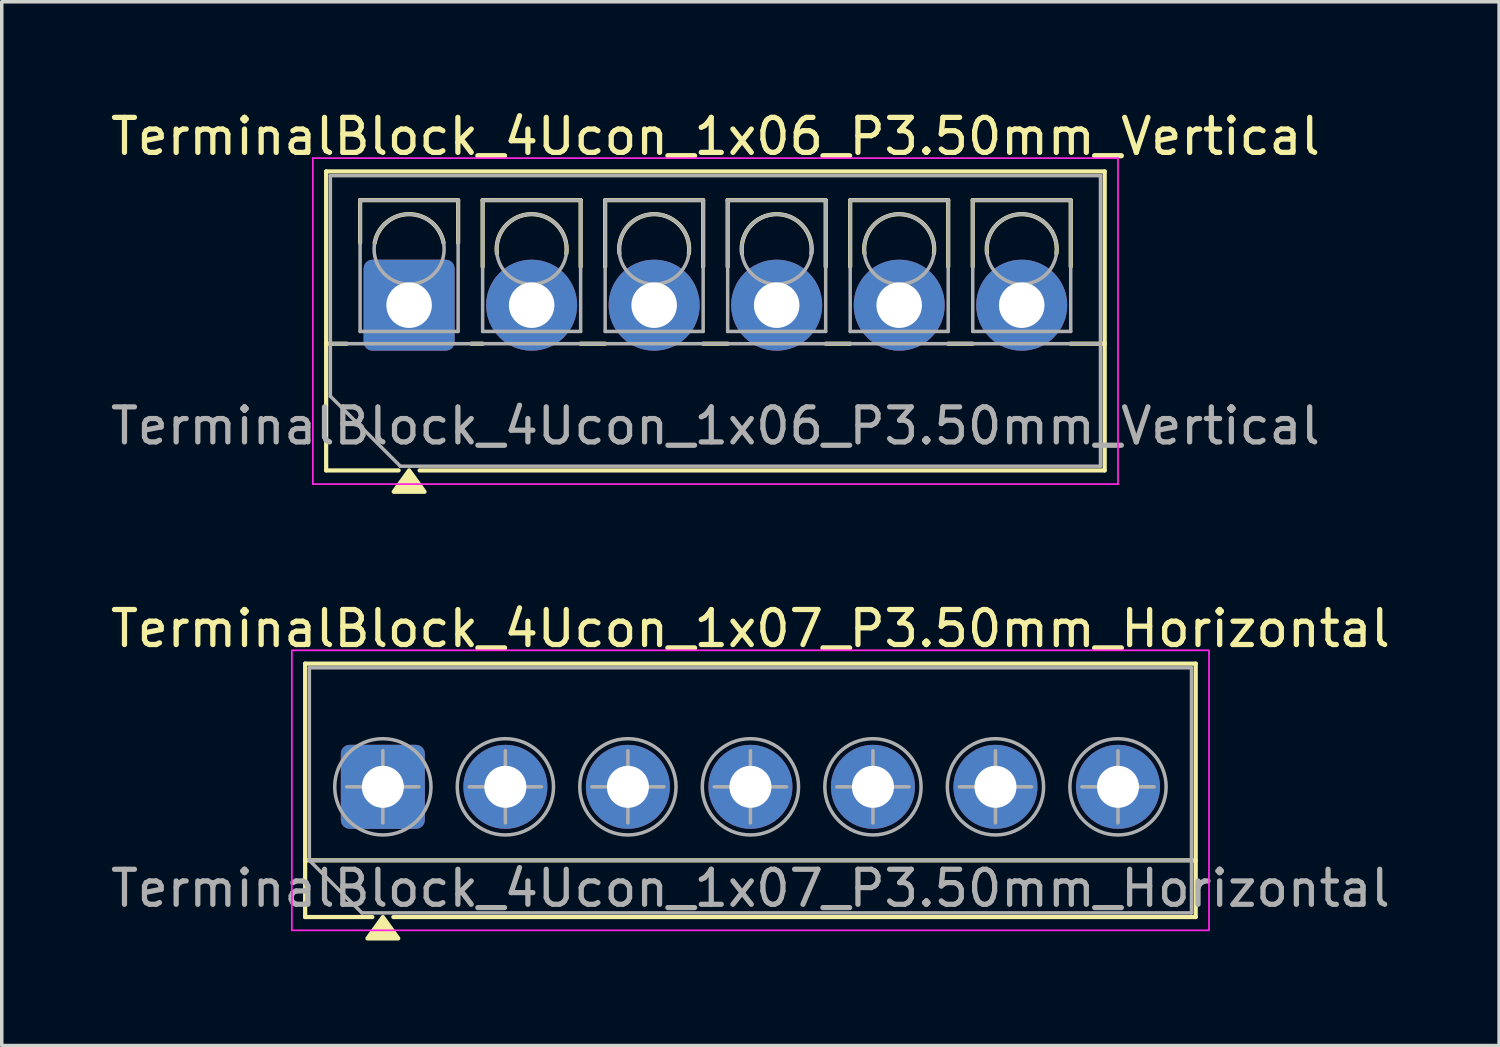
<source format=kicad_pcb>
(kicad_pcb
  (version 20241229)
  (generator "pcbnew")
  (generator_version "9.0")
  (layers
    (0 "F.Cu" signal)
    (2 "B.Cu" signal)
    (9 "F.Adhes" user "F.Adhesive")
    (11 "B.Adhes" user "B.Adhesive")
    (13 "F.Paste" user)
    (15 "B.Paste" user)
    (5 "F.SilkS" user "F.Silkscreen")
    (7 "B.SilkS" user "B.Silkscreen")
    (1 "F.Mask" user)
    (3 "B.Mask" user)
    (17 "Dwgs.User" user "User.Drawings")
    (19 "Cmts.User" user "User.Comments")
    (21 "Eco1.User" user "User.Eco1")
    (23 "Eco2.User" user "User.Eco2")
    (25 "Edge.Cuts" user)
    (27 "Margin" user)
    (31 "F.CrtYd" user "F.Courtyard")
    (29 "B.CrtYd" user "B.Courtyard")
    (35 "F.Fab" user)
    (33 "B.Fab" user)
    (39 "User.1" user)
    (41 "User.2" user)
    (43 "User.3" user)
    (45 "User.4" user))
  (footprint "TerminalBlock_4Ucon_1x07_P3.50mm_Horizontal"
    (layer "F.Cu")
    (at 7.887 19.427)
    (property "Reference" "TerminalBlock_4Ucon_1x07_P3.50mm_Horizontal" (at 10.5 -4.52 0) (layer "F.SilkS") (effects (font (size 1 1) (thickness 0.15))))
    (attr through_hole)
    (fp_line (start -2.22 -3.52) (end 23.22 -3.52) (stroke (width 0.12) (type solid)) (layer "F.SilkS"))
    (fp_line (start -2.22 2.1) (end 23.22 2.1) (stroke (width 0.12) (type solid)) (layer "F.SilkS"))
    (fp_line (start -2.22 3.72) (end -2.22 -3.52) (stroke (width 0.12) (type solid)) (layer "F.SilkS"))
    (fp_line (start -0.3 3.72) (end -2.22 3.72) (stroke (width 0.12) (type solid)) (layer "F.SilkS"))
    (fp_line (start 23.22 -3.52) (end 23.22 3.72) (stroke (width 0.12) (type solid)) (layer "F.SilkS"))
    (fp_line (start 23.22 3.72) (end 0.3 3.72) (stroke (width 0.12) (type solid)) (layer "F.SilkS"))
    (fp_poly (pts (xy 0 3.72) (xy 0.44 4.33) (xy -0.44 4.33)) (stroke (width 0.12) (type solid)) (fill yes) (layer "F.SilkS"))
    (fp_rect (start -2.6 -3.9) (end 23.6 4.1) (stroke (width 0.05) (type solid)) (fill no) (layer "F.CrtYd"))
    (fp_line (start -2.1 -3.4) (end 23.1 -3.4) (stroke (width 0.1) (type solid)) (layer "F.Fab"))
    (fp_line (start -2.1 2.1) (end -2.1 -3.4) (stroke (width 0.1) (type solid)) (layer "F.Fab"))
    (fp_line (start -2.1 2.1) (end 23.1 2.1) (stroke (width 0.1) (type solid)) (layer "F.Fab"))
    (fp_line (start -1.031 0) (end 1.031 0) (stroke (width 0.1) (type solid)) (layer "F.Fab"))
    (fp_line (start -0.6 3.6) (end -2.1 2.1) (stroke (width 0.1) (type solid)) (layer "F.Fab"))
    (fp_line (start 0 -1.031) (end 0 1.031) (stroke (width 0.1) (type solid)) (layer "F.Fab"))
    (fp_line (start 2.469 0) (end 4.531 0) (stroke (width 0.1) (type solid)) (layer "F.Fab"))
    (fp_line (start 3.5 -1.031) (end 3.5 1.031) (stroke (width 0.1) (type solid)) (layer "F.Fab"))
    (fp_line (start 5.969 0) (end 8.031 0) (stroke (width 0.1) (type solid)) (layer "F.Fab"))
    (fp_line (start 7 -1.031) (end 7 1.031) (stroke (width 0.1) (type solid)) (layer "F.Fab"))
    (fp_line (start 9.469 0) (end 11.531 0) (stroke (width 0.1) (type solid)) (layer "F.Fab"))
    (fp_line (start 10.5 -1.031) (end 10.5 1.031) (stroke (width 0.1) (type solid)) (layer "F.Fab"))
    (fp_line (start 12.969 0) (end 15.031 0) (stroke (width 0.1) (type solid)) (layer "F.Fab"))
    (fp_line (start 14 -1.031) (end 14 1.031) (stroke (width 0.1) (type solid)) (layer "F.Fab"))
    (fp_line (start 16.469 0) (end 18.531 0) (stroke (width 0.1) (type solid)) (layer "F.Fab"))
    (fp_line (start 17.5 -1.031) (end 17.5 1.031) (stroke (width 0.1) (type solid)) (layer "F.Fab"))
    (fp_line (start 19.969 0) (end 22.031 0) (stroke (width 0.1) (type solid)) (layer "F.Fab"))
    (fp_line (start 21 -1.031) (end 21 1.031) (stroke (width 0.1) (type solid)) (layer "F.Fab"))
    (fp_line (start 23.1 -3.4) (end 23.1 3.6) (stroke (width 0.1) (type solid)) (layer "F.Fab"))
    (fp_line (start 23.1 3.6) (end -0.6 3.6) (stroke (width 0.1) (type solid)) (layer "F.Fab"))
    (fp_circle (center 0 0) (end 1.375 0) (stroke (width 0.1) (type solid)) (fill no) (layer "F.Fab"))
    (fp_circle (center 3.5 0) (end 4.875 0) (stroke (width 0.1) (type solid)) (fill no) (layer "F.Fab"))
    (fp_circle (center 7 0) (end 8.375 0) (stroke (width 0.1) (type solid)) (fill no) (layer "F.Fab"))
    (fp_circle (center 10.5 0) (end 11.875 0) (stroke (width 0.1) (type solid)) (fill no) (layer "F.Fab"))
    (fp_circle (center 14 0) (end 15.375 0) (stroke (width 0.1) (type solid)) (fill no) (layer "F.Fab"))
    (fp_circle (center 17.5 0) (end 18.875 0) (stroke (width 0.1) (type solid)) (fill no) (layer "F.Fab"))
    (fp_circle (center 21 0) (end 22.375 0) (stroke (width 0.1) (type solid)) (fill no) (layer "F.Fab"))
    (fp_text user "${REFERENCE}" (at 10.5 2.9 0) (layer "F.Fab") (effects (font (size 1 1) (thickness 0.15))))
    (pad "1" thru_hole roundrect (at 0 0) (size 2.4 2.4) (drill 1.2) (layers "*.Cu" "*.Mask") (roundrect_rratio 0.104))
    (pad "2" thru_hole circle (at 3.5 0) (size 2.4 2.4) (drill 1.2) (layers "*.Cu" "*.Mask"))
    (pad "3" thru_hole circle (at 7 0) (size 2.4 2.4) (drill 1.2) (layers "*.Cu" "*.Mask"))
    (pad "4" thru_hole circle (at 10.5 0) (size 2.4 2.4) (drill 1.2) (layers "*.Cu" "*.Mask"))
    (pad "5" thru_hole circle (at 14 0) (size 2.4 2.4) (drill 1.2) (layers "*.Cu" "*.Mask"))
    (pad "6" thru_hole circle (at 17.5 0) (size 2.4 2.4) (drill 1.2) (layers "*.Cu" "*.Mask"))
    (pad "7" thru_hole circle (at 21 0) (size 2.4 2.4) (drill 1.2) (layers "*.Cu" "*.Mask")))
  (footprint "TerminalBlock_4Ucon_1x06_P3.50mm_Vertical"
    (layer "F.Cu")
    (at 8.637 5.668)
    (property "Reference" "TerminalBlock_4Ucon_1x06_P3.50mm_Vertical" (at 8.75 -4.82 0) (layer "F.SilkS") (effects (font (size 1 1) (thickness 0.15))))
    (attr through_hole)
    (fp_line (start -2.37 -3.82) (end -2.37 4.72) (stroke (width 0.12) (type solid)) (layer "F.SilkS"))
    (fp_line (start -2.37 -3.82) (end 19.87 -3.82) (stroke (width 0.12) (type solid)) (layer "F.SilkS"))
    (fp_line (start -2.37 1.1) (end -1.78 1.1) (stroke (width 0.12) (type solid)) (layer "F.SilkS"))
    (fp_line (start -2.37 4.72) (end -0.3 4.72) (stroke (width 0.12) (type solid)) (layer "F.SilkS"))
    (fp_line (start -1.4 -3) (end -1.4 -1.78) (stroke (width 0.12) (type solid)) (layer "F.SilkS"))
    (fp_line (start -1.4 -3) (end 1.4 -3) (stroke (width 0.12) (type solid)) (layer "F.SilkS"))
    (fp_line (start 0.3 4.72) (end 19.87 4.72) (stroke (width 0.12) (type solid)) (layer "F.SilkS"))
    (fp_line (start 1.4 -3) (end 1.4 -1.78) (stroke (width 0.12) (type solid)) (layer "F.SilkS"))
    (fp_line (start 1.78 1.1) (end 2.101 1.1) (stroke (width 0.12) (type solid)) (layer "F.SilkS"))
    (fp_line (start 2.1 -3) (end 2.1 -1.099) (stroke (width 0.12) (type solid)) (layer "F.SilkS"))
    (fp_line (start 2.1 -3) (end 4.9 -3) (stroke (width 0.12) (type solid)) (layer "F.SilkS"))
    (fp_line (start 4.899 1.1) (end 5.601 1.1) (stroke (width 0.12) (type solid)) (layer "F.SilkS"))
    (fp_line (start 4.9 -3) (end 4.9 -1.099) (stroke (width 0.12) (type solid)) (layer "F.SilkS"))
    (fp_line (start 5.6 -3) (end 5.6 -1.099) (stroke (width 0.12) (type solid)) (layer "F.SilkS"))
    (fp_line (start 5.6 -3) (end 8.4 -3) (stroke (width 0.12) (type solid)) (layer "F.SilkS"))
    (fp_line (start 8.399 1.1) (end 9.101 1.1) (stroke (width 0.12) (type solid)) (layer "F.SilkS"))
    (fp_line (start 8.4 -3) (end 8.4 -1.099) (stroke (width 0.12) (type solid)) (layer "F.SilkS"))
    (fp_line (start 9.1 -3) (end 9.1 -1.099) (stroke (width 0.12) (type solid)) (layer "F.SilkS"))
    (fp_line (start 9.1 -3) (end 11.9 -3) (stroke (width 0.12) (type solid)) (layer "F.SilkS"))
    (fp_line (start 11.899 1.1) (end 12.601 1.1) (stroke (width 0.12) (type solid)) (layer "F.SilkS"))
    (fp_line (start 11.9 -3) (end 11.9 -1.099) (stroke (width 0.12) (type solid)) (layer "F.SilkS"))
    (fp_line (start 12.6 -3) (end 12.6 -1.099) (stroke (width 0.12) (type solid)) (layer "F.SilkS"))
    (fp_line (start 12.6 -3) (end 15.4 -3) (stroke (width 0.12) (type solid)) (layer "F.SilkS"))
    (fp_line (start 15.399 1.1) (end 16.101 1.1) (stroke (width 0.12) (type solid)) (layer "F.SilkS"))
    (fp_line (start 15.4 -3) (end 15.4 -1.099) (stroke (width 0.12) (type solid)) (layer "F.SilkS"))
    (fp_line (start 16.1 -3) (end 16.1 -1.099) (stroke (width 0.12) (type solid)) (layer "F.SilkS"))
    (fp_line (start 16.1 -3) (end 18.9 -3) (stroke (width 0.12) (type solid)) (layer "F.SilkS"))
    (fp_line (start 18.899 1.1) (end 19.87 1.1) (stroke (width 0.12) (type solid)) (layer "F.SilkS"))
    (fp_line (start 18.9 -3) (end 18.9 -1.099) (stroke (width 0.12) (type solid)) (layer "F.SilkS"))
    (fp_line (start 19.87 -3.82) (end 19.87 4.72) (stroke (width 0.12) (type solid)) (layer "F.SilkS"))
    (fp_arc (start -0.984 -1.78) (mid -0.00006 -2.600328) (end 0.983978 -1.780118) (stroke (width 0.12) (type solid)) (layer "F.SilkS"))
    (fp_arc (start 2.508 -1.478) (mid 3.500313 -2.599474) (end 4.491923 -1.477379) (stroke (width 0.12) (type solid)) (layer "F.SilkS"))
    (fp_arc (start 6.008 -1.478) (mid 7.000313 -2.599474) (end 7.991923 -1.477379) (stroke (width 0.12) (type solid)) (layer "F.SilkS"))
    (fp_arc (start 9.508 -1.478) (mid 10.500313 -2.599474) (end 11.491923 -1.477379) (stroke (width 0.12) (type solid)) (layer "F.SilkS"))
    (fp_arc (start 13.008 -1.478) (mid 14.000313 -2.599474) (end 14.991923 -1.477379) (stroke (width 0.12) (type solid)) (layer "F.SilkS"))
    (fp_arc (start 16.508 -1.478) (mid 17.500313 -2.599474) (end 18.491923 -1.477379) (stroke (width 0.12) (type solid)) (layer "F.SilkS"))
    (fp_poly (pts (xy 0 4.72) (xy 0.44 5.33) (xy -0.44 5.33)) (stroke (width 0.12) (type solid)) (fill yes) (layer "F.SilkS"))
    (fp_line (start -2.75 -4.2) (end -2.75 5.11) (stroke (width 0.05) (type solid)) (layer "F.CrtYd"))
    (fp_line (start -2.75 5.11) (end 20.25 5.11) (stroke (width 0.05) (type solid)) (layer "F.CrtYd"))
    (fp_line (start 20.25 -4.2) (end -2.75 -4.2) (stroke (width 0.05) (type solid)) (layer "F.CrtYd"))
    (fp_line (start 20.25 5.11) (end 20.25 -4.2) (stroke (width 0.05) (type solid)) (layer "F.CrtYd"))
    (fp_line (start -2.25 -3.7) (end 19.75 -3.7) (stroke (width 0.1) (type solid)) (layer "F.Fab"))
    (fp_line (start -2.25 1.1) (end 19.75 1.1) (stroke (width 0.1) (type solid)) (layer "F.Fab"))
    (fp_line (start -2.25 2.6) (end -2.25 -3.7) (stroke (width 0.1) (type solid)) (layer "F.Fab"))
    (fp_line (start -1.4 -3) (end -1.4 0.75) (stroke (width 0.1) (type solid)) (layer "F.Fab"))
    (fp_line (start -1.4 0.75) (end 1.4 0.75) (stroke (width 0.1) (type solid)) (layer "F.Fab"))
    (fp_line (start -0.25 4.6) (end -2.25 2.6) (stroke (width 0.1) (type solid)) (layer "F.Fab"))
    (fp_line (start 1.4 -3) (end -1.4 -3) (stroke (width 0.1) (type solid)) (layer "F.Fab"))
    (fp_line (start 1.4 0.75) (end 1.4 -3) (stroke (width 0.1) (type solid)) (layer "F.Fab"))
    (fp_line (start 2.1 -3) (end 2.1 0.75) (stroke (width 0.1) (type solid)) (layer "F.Fab"))
    (fp_line (start 2.1 0.75) (end 4.9 0.75) (stroke (width 0.1) (type solid)) (layer "F.Fab"))
    (fp_line (start 4.9 -3) (end 2.1 -3) (stroke (width 0.1) (type solid)) (layer "F.Fab"))
    (fp_line (start 4.9 0.75) (end 4.9 -3) (stroke (width 0.1) (type solid)) (layer "F.Fab"))
    (fp_line (start 5.6 -3) (end 5.6 0.75) (stroke (width 0.1) (type solid)) (layer "F.Fab"))
    (fp_line (start 5.6 0.75) (end 8.4 0.75) (stroke (width 0.1) (type solid)) (layer "F.Fab"))
    (fp_line (start 8.4 -3) (end 5.6 -3) (stroke (width 0.1) (type solid)) (layer "F.Fab"))
    (fp_line (start 8.4 0.75) (end 8.4 -3) (stroke (width 0.1) (type solid)) (layer "F.Fab"))
    (fp_line (start 9.1 -3) (end 9.1 0.75) (stroke (width 0.1) (type solid)) (layer "F.Fab"))
    (fp_line (start 9.1 0.75) (end 11.9 0.75) (stroke (width 0.1) (type solid)) (layer "F.Fab"))
    (fp_line (start 11.9 -3) (end 9.1 -3) (stroke (width 0.1) (type solid)) (layer "F.Fab"))
    (fp_line (start 11.9 0.75) (end 11.9 -3) (stroke (width 0.1) (type solid)) (layer "F.Fab"))
    (fp_line (start 12.6 -3) (end 12.6 0.75) (stroke (width 0.1) (type solid)) (layer "F.Fab"))
    (fp_line (start 12.6 0.75) (end 15.4 0.75) (stroke (width 0.1) (type solid)) (layer "F.Fab"))
    (fp_line (start 15.4 -3) (end 12.6 -3) (stroke (width 0.1) (type solid)) (layer "F.Fab"))
    (fp_line (start 15.4 0.75) (end 15.4 -3) (stroke (width 0.1) (type solid)) (layer "F.Fab"))
    (fp_line (start 16.101 -3) (end 16.101 0.75) (stroke (width 0.1) (type solid)) (layer "F.Fab"))
    (fp_line (start 16.101 0.75) (end 18.9 0.75) (stroke (width 0.1) (type solid)) (layer "F.Fab"))
    (fp_line (start 18.9 -3) (end 16.101 -3) (stroke (width 0.1) (type solid)) (layer "F.Fab"))
    (fp_line (start 18.9 0.75) (end 18.9 -3) (stroke (width 0.1) (type solid)) (layer "F.Fab"))
    (fp_line (start 19.75 -3.7) (end 19.75 4.6) (stroke (width 0.1) (type solid)) (layer "F.Fab"))
    (fp_line (start 19.75 4.6) (end -0.25 4.6) (stroke (width 0.1) (type solid)) (layer "F.Fab"))
    (fp_circle (center 0 -1.6) (end 1 -1.6) (stroke (width 0.1) (type solid)) (fill no) (layer "F.Fab"))
    (fp_circle (center 3.5 -1.6) (end 4.5 -1.6) (stroke (width 0.1) (type solid)) (fill no) (layer "F.Fab"))
    (fp_circle (center 7 -1.6) (end 8 -1.6) (stroke (width 0.1) (type solid)) (fill no) (layer "F.Fab"))
    (fp_circle (center 10.5 -1.6) (end 11.5 -1.6) (stroke (width 0.1) (type solid)) (fill no) (layer "F.Fab"))
    (fp_circle (center 14 -1.6) (end 15 -1.6) (stroke (width 0.1) (type solid)) (fill no) (layer "F.Fab"))
    (fp_circle (center 17.5 -1.6) (end 18.5 -1.6) (stroke (width 0.1) (type solid)) (fill no) (layer "F.Fab"))
    (fp_text user "${REFERENCE}" (at 8.75 3.45 0) (layer "F.Fab") (effects (font (size 1 1) (thickness 0.15))))
    (pad "1" thru_hole roundrect (at 0 0) (size 2.6 2.6) (drill 1.3) (layers "*.Cu" "*.Mask") (roundrect_rratio 0.096))
    (pad "2" thru_hole circle (at 3.5 0) (size 2.6 2.6) (drill 1.3) (layers "*.Cu" "*.Mask"))
    (pad "3" thru_hole circle (at 7 0) (size 2.6 2.6) (drill 1.3) (layers "*.Cu" "*.Mask"))
    (pad "4" thru_hole circle (at 10.5 0) (size 2.6 2.6) (drill 1.3) (layers "*.Cu" "*.Mask"))
    (pad "5" thru_hole circle (at 14 0) (size 2.6 2.6) (drill 1.3) (layers "*.Cu" "*.Mask"))
    (pad "6" thru_hole circle (at 17.5 0) (size 2.6 2.6) (drill 1.3) (layers "*.Cu" "*.Mask")))
  (gr_rect
    (start -3 -3)
    (end 39.774 26.817)
    (stroke (width 0.1) (type default))
    (fill no)
    (layer "Edge.Cuts")))
</source>
